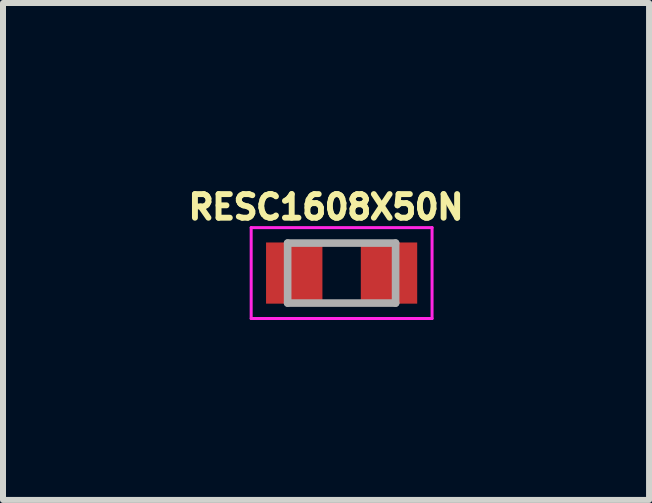
<source format=kicad_pcb>
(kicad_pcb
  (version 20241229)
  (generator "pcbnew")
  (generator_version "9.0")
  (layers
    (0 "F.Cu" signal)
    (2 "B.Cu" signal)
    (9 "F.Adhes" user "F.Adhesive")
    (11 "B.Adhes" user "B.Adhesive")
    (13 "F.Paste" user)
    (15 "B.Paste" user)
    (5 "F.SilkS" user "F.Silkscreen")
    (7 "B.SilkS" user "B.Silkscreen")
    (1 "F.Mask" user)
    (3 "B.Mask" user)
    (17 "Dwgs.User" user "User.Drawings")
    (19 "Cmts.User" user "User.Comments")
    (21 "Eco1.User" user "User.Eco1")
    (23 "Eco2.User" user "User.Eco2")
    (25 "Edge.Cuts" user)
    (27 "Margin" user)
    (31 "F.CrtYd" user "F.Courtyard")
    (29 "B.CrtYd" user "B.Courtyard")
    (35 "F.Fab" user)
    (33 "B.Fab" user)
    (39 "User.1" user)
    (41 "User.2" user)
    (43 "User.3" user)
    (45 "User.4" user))
  (footprint "RESC1608X50N"
    (layer "F.Cu")
    (at 2.646 1.503)
    (property "Reference" "RESC1608X50N" (at -0.26 -1.1 0) (layer "F.SilkS") (effects (font (size 0.394 0.394) (thickness 0.15))))
    (attr through_hole)
    (fp_line (start -1.508 -0.758) (end 1.508 -0.758) (stroke (width 0.05) (type solid)) (layer "F.CrtYd"))
    (fp_line (start -1.508 0.758) (end -1.508 -0.758) (stroke (width 0.05) (type solid)) (layer "F.CrtYd"))
    (fp_line (start -1.508 0.758) (end 1.508 0.758) (stroke (width 0.05) (type solid)) (layer "F.CrtYd"))
    (fp_line (start 1.508 0.758) (end 1.508 -0.758) (stroke (width 0.05) (type solid)) (layer "F.CrtYd"))
    (fp_line (start -0.9 0.5) (end -0.9 -0.5) (stroke (width 0.127) (type solid)) (layer "F.Fab"))
    (fp_line (start 0.9 -0.5) (end -0.9 -0.5) (stroke (width 0.127) (type solid)) (layer "F.Fab"))
    (fp_line (start 0.9 0.5) (end -0.9 0.5) (stroke (width 0.127) (type solid)) (layer "F.Fab"))
    (fp_line (start 0.9 0.5) (end 0.9 -0.5) (stroke (width 0.127) (type solid)) (layer "F.Fab"))
    (pad "1" smd rect (at -0.79 0) (size 0.94 1.02) (layers "F.Cu" "F.Mask" "F.Paste"))
    (pad "2" smd rect (at 0.79 0) (size 0.94 1.02) (layers "F.Cu" "F.Mask" "F.Paste")))
  (gr_rect
    (start -3 -3)
    (end 7.772 5.286)
    (stroke (width 0.1) (type default))
    (fill no)
    (layer "Edge.Cuts")))
</source>
